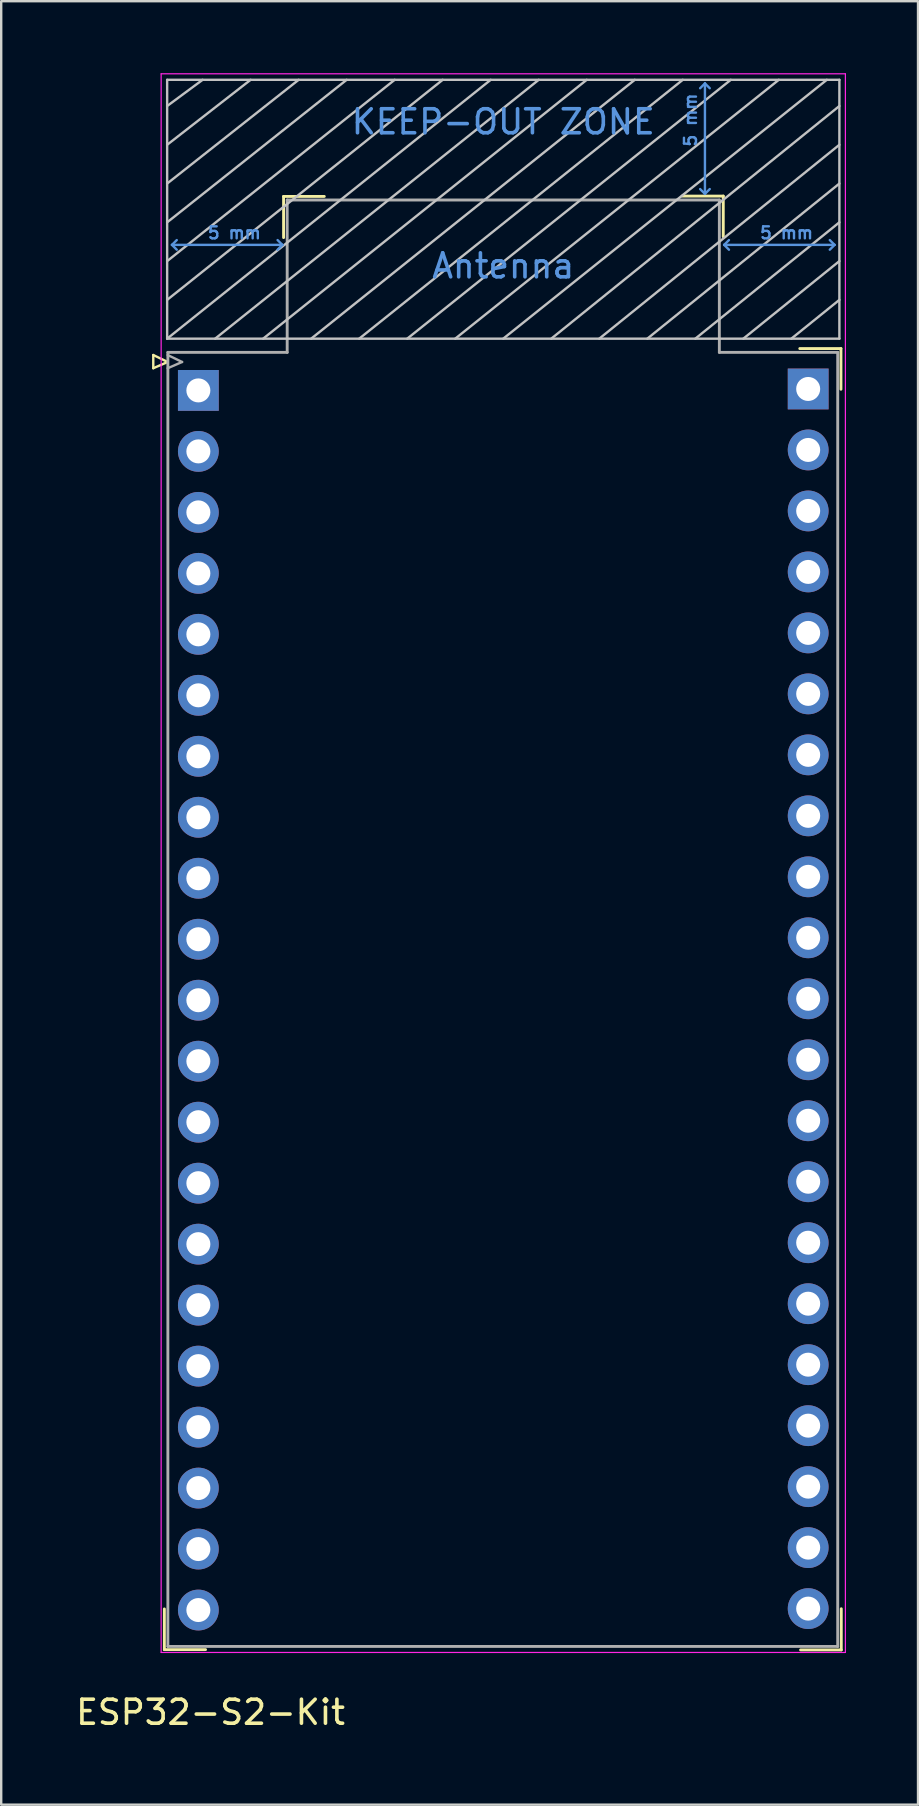
<source format=kicad_pcb>
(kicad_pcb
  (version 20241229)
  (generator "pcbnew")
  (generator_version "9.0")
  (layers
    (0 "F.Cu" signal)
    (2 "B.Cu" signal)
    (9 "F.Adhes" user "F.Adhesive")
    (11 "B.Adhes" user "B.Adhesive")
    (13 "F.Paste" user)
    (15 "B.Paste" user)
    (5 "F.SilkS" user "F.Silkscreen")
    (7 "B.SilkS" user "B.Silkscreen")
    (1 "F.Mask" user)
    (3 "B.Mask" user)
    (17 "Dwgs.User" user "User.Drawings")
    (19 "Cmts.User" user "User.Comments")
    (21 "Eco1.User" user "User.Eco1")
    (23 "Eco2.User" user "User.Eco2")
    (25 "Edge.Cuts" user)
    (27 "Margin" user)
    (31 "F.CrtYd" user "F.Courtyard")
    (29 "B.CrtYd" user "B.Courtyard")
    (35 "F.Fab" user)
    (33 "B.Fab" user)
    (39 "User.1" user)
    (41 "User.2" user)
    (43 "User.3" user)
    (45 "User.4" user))
  (footprint "ESP32-S2-Kit"
    (layer "F.Cu")
    (at 3.942 11.881)
    (property "Reference" "ESP32-S2-Kit" (at 1.778 56.388 0) (layer "F.SilkS") (effects (font (size 1 1) (thickness 0.15))))
    (attr through_hole)
    (fp_line (start -0.608 -0.144) (end -0.008 0.146) (stroke (width 0.1) (type solid)) (layer "F.SilkS"))
    (fp_line (start -0.608 0.406) (end -0.608 -0.144) (stroke (width 0.1) (type solid)) (layer "F.SilkS"))
    (fp_line (start -0.146 53.778) (end -0.146 52.083) (stroke (width 0.12) (type solid)) (layer "F.SilkS"))
    (fp_line (start -0.008 0.146) (end -0.608 0.406) (stroke (width 0.1) (type solid)) (layer "F.SilkS"))
    (fp_line (start 1.569 53.778) (end -0.146 53.778) (stroke (width 0.12) (type solid)) (layer "F.SilkS"))
    (fp_line (start 4.82 -6.75) (end 6.515 -6.75) (stroke (width 0.12) (type solid)) (layer "F.SilkS"))
    (fp_line (start 4.82 -5.035) (end 4.82 -6.75) (stroke (width 0.12) (type solid)) (layer "F.SilkS"))
    (fp_line (start 21.418 -6.763) (end 23.133 -6.763) (stroke (width 0.12) (type solid)) (layer "F.SilkS"))
    (fp_line (start 23.133 -6.763) (end 23.133 -5.068) (stroke (width 0.12) (type solid)) (layer "F.SilkS"))
    (fp_line (start 26.32 -0.413) (end 28.035 -0.413) (stroke (width 0.12) (type solid)) (layer "F.SilkS"))
    (fp_line (start 28.035 -0.413) (end 28.035 1.282) (stroke (width 0.12) (type solid)) (layer "F.SilkS"))
    (fp_line (start 28.048 52.076) (end 28.048 53.791) (stroke (width 0.12) (type solid)) (layer "F.SilkS"))
    (fp_line (start 28.048 53.791) (end 26.353 53.791) (stroke (width 0.12) (type solid)) (layer "F.SilkS"))
    (fp_line (start -0.03 -0.826) (end -0.03 -11.606) (stroke (width 0.1) (type solid)) (layer "Dwgs.User"))
    (fp_line (start 1.445 -11.606) (end -0.03 -10.516) (stroke (width 0.1) (type solid)) (layer "Dwgs.User"))
    (fp_line (start 3.445 -11.606) (end -0.03 -8.901) (stroke (width 0.1) (type solid)) (layer "Dwgs.User"))
    (fp_line (start 5.445 -11.606) (end -0.03 -7.286) (stroke (width 0.1) (type solid)) (layer "Dwgs.User"))
    (fp_line (start 5.97 -0.826) (end 19.445 -11.606) (stroke (width 0.1) (type solid)) (layer "Dwgs.User"))
    (fp_line (start 7.445 -11.606) (end -0.03 -5.671) (stroke (width 0.1) (type solid)) (layer "Dwgs.User"))
    (fp_line (start 9.445 -11.606) (end -0.03 -4.056) (stroke (width 0.1) (type solid)) (layer "Dwgs.User"))
    (fp_line (start 11.445 -11.606) (end -0.03 -2.441) (stroke (width 0.1) (type solid)) (layer "Dwgs.User"))
    (fp_line (start 13.445 -11.606) (end -0.03 -0.826) (stroke (width 0.1) (type solid)) (layer "Dwgs.User"))
    (fp_line (start 15.445 -11.606) (end 1.97 -0.826) (stroke (width 0.1) (type solid)) (layer "Dwgs.User"))
    (fp_line (start 17.445 -11.606) (end 3.97 -0.826) (stroke (width 0.1) (type solid)) (layer "Dwgs.User"))
    (fp_line (start 21.445 -11.606) (end 7.97 -0.826) (stroke (width 0.1) (type solid)) (layer "Dwgs.User"))
    (fp_line (start 23.445 -11.606) (end 9.97 -0.826) (stroke (width 0.1) (type solid)) (layer "Dwgs.User"))
    (fp_line (start 25.445 -11.606) (end 11.97 -0.826) (stroke (width 0.1) (type solid)) (layer "Dwgs.User"))
    (fp_line (start 27.445 -11.606) (end 13.97 -0.826) (stroke (width 0.1) (type solid)) (layer "Dwgs.User"))
    (fp_line (start 27.97 -11.606) (end -0.03 -11.606) (stroke (width 0.1) (type solid)) (layer "Dwgs.User"))
    (fp_line (start 27.97 -10.516) (end 15.97 -0.826) (stroke (width 0.1) (type solid)) (layer "Dwgs.User"))
    (fp_line (start 27.97 -8.901) (end 17.97 -0.826) (stroke (width 0.1) (type solid)) (layer "Dwgs.User"))
    (fp_line (start 27.97 -7.286) (end 19.97 -0.826) (stroke (width 0.1) (type solid)) (layer "Dwgs.User"))
    (fp_line (start 27.97 -5.671) (end 21.97 -0.826) (stroke (width 0.1) (type solid)) (layer "Dwgs.User"))
    (fp_line (start 27.97 -4.056) (end 23.97 -0.826) (stroke (width 0.1) (type solid)) (layer "Dwgs.User"))
    (fp_line (start 27.97 -2.441) (end 25.97 -0.826) (stroke (width 0.1) (type solid)) (layer "Dwgs.User"))
    (fp_line (start 27.97 -0.826) (end -0.03 -0.826) (stroke (width 0.1) (type solid)) (layer "Dwgs.User"))
    (fp_line (start 27.97 -0.826) (end 27.97 -11.606) (stroke (width 0.1) (type solid)) (layer "Dwgs.User"))
    (fp_line (start 0.17 -4.731) (end 0.37 -4.931) (stroke (width 0.1) (type solid)) (layer "Cmts.User"))
    (fp_line (start 0.17 -4.731) (end 0.37 -4.531) (stroke (width 0.1) (type solid)) (layer "Cmts.User"))
    (fp_line (start 0.17 -4.731) (end 4.77 -4.731) (stroke (width 0.1) (type solid)) (layer "Cmts.User"))
    (fp_line (start 4.77 -4.731) (end 4.57 -4.931) (stroke (width 0.1) (type solid)) (layer "Cmts.User"))
    (fp_line (start 4.77 -4.731) (end 4.57 -4.531) (stroke (width 0.1) (type solid)) (layer "Cmts.User"))
    (fp_line (start 22.37 -11.456) (end 22.17 -11.256) (stroke (width 0.1) (type solid)) (layer "Cmts.User"))
    (fp_line (start 22.37 -11.456) (end 22.57 -11.256) (stroke (width 0.1) (type solid)) (layer "Cmts.User"))
    (fp_line (start 22.37 -6.856) (end 22.17 -7.056) (stroke (width 0.1) (type solid)) (layer "Cmts.User"))
    (fp_line (start 22.37 -6.856) (end 22.37 -11.456) (stroke (width 0.1) (type solid)) (layer "Cmts.User"))
    (fp_line (start 22.37 -6.856) (end 22.57 -7.056) (stroke (width 0.1) (type solid)) (layer "Cmts.User"))
    (fp_line (start 23.17 -4.731) (end 23.37 -4.931) (stroke (width 0.1) (type solid)) (layer "Cmts.User"))
    (fp_line (start 23.17 -4.731) (end 23.37 -4.531) (stroke (width 0.1) (type solid)) (layer "Cmts.User"))
    (fp_line (start 23.17 -4.731) (end 27.77 -4.731) (stroke (width 0.1) (type solid)) (layer "Cmts.User"))
    (fp_line (start 27.77 -4.731) (end 27.57 -4.931) (stroke (width 0.1) (type solid)) (layer "Cmts.User"))
    (fp_line (start 27.77 -4.731) (end 27.57 -4.531) (stroke (width 0.1) (type solid)) (layer "Cmts.User"))
    (fp_line (start -0.28 -11.856) (end -0.28 53.896) (stroke (width 0.05) (type solid)) (layer "F.CrtYd"))
    (fp_line (start -0.28 -11.856) (end 28.22 -11.856) (stroke (width 0.05) (type solid)) (layer "F.CrtYd"))
    (fp_line (start -0.28 53.896) (end 28.22 53.896) (stroke (width 0.05) (type solid)) (layer "F.CrtYd"))
    (fp_line (start 28.22 -11.856) (end 28.22 53.896) (stroke (width 0.05) (type solid)) (layer "F.CrtYd"))
    (fp_line (start -0.008 -0.144) (end 0.592 0.146) (stroke (width 0.1) (type solid)) (layer "F.Fab"))
    (fp_line (start 0 -0.254) (end 0 53.646) (stroke (width 0.12) (type solid)) (layer "F.Fab"))
    (fp_line (start 0 -0.254) (end 4.97 -0.254) (stroke (width 0.12) (type solid)) (layer "F.Fab"))
    (fp_line (start 0 53.646) (end 27.9 53.646) (stroke (width 0.12) (type solid)) (layer "F.Fab"))
    (fp_line (start 0.592 0.146) (end -0.008 0.406) (stroke (width 0.1) (type solid)) (layer "F.Fab"))
    (fp_line (start 4.97 -6.601) (end 4.97 -0.254) (stroke (width 0.12) (type solid)) (layer "F.Fab"))
    (fp_line (start 4.97 -6.601) (end 22.97 -6.601) (stroke (width 0.12) (type solid)) (layer "F.Fab"))
    (fp_line (start 22.97 -6.601) (end 22.97 -0.254) (stroke (width 0.12) (type solid)) (layer "F.Fab"))
    (fp_line (start 22.97 -0.254) (end 27.9 -0.254) (stroke (width 0.12) (type solid)) (layer "F.Fab"))
    (fp_line (start 27.9 -0.254) (end 27.9 53.646) (stroke (width 0.12) (type solid)) (layer "F.Fab"))
    (fp_text user "5 mm" (at 25.77 -5.231 0) (layer "Cmts.User") (effects (font (size 0.5 0.5) (thickness 0.1))))
    (fp_text user "5 mm" (at 21.77 -9.931 90) (layer "Cmts.User") (effects (font (size 0.5 0.5) (thickness 0.1))))
    (fp_text user "KEEP-OUT ZONE" (at 13.97 -9.856 0) (layer "Cmts.User") (effects (font (size 1 1) (thickness 0.15))))
    (fp_text user "Antenna" (at 13.97 -3.856 0) (layer "Cmts.User") (effects (font (size 1 1) (thickness 0.15))))
    (fp_text user "5 mm" (at 2.77 -5.231 0) (layer "Cmts.User") (effects (font (size 0.5 0.5) (thickness 0.1))))
    (pad "1" thru_hole rect (at 1.27 1.33) (size 1.7 1.7) (drill 1) (layers "*.Cu" "*.Mask"))
    (pad "2" thru_hole oval (at 1.27 3.87) (size 1.7 1.7) (drill 1) (layers "*.Cu" "*.Mask"))
    (pad "3" thru_hole oval (at 1.27 6.41) (size 1.7 1.7) (drill 1) (layers "*.Cu" "*.Mask"))
    (pad "4" thru_hole oval (at 1.27 8.95) (size 1.7 1.7) (drill 1) (layers "*.Cu" "*.Mask"))
    (pad "5" thru_hole oval (at 1.27 11.49) (size 1.7 1.7) (drill 1) (layers "*.Cu" "*.Mask"))
    (pad "6" thru_hole oval (at 1.27 14.03) (size 1.7 1.7) (drill 1) (layers "*.Cu" "*.Mask"))
    (pad "7" thru_hole oval (at 1.27 16.57) (size 1.7 1.7) (drill 1) (layers "*.Cu" "*.Mask"))
    (pad "8" thru_hole oval (at 1.27 19.11) (size 1.7 1.7) (drill 1) (layers "*.Cu" "*.Mask"))
    (pad "9" thru_hole oval (at 1.27 21.65) (size 1.7 1.7) (drill 1) (layers "*.Cu" "*.Mask"))
    (pad "10" thru_hole oval (at 1.27 24.19) (size 1.7 1.7) (drill 1) (layers "*.Cu" "*.Mask"))
    (pad "11" thru_hole oval (at 1.27 26.73) (size 1.7 1.7) (drill 1) (layers "*.Cu" "*.Mask"))
    (pad "12" thru_hole oval (at 1.27 29.27) (size 1.7 1.7) (drill 1) (layers "*.Cu" "*.Mask"))
    (pad "13" thru_hole oval (at 1.27 31.81) (size 1.7 1.7) (drill 1) (layers "*.Cu" "*.Mask"))
    (pad "14" thru_hole oval (at 1.27 34.35) (size 1.7 1.7) (drill 1) (layers "*.Cu" "*.Mask"))
    (pad "15" thru_hole oval (at 1.27 36.89) (size 1.7 1.7) (drill 1) (layers "*.Cu" "*.Mask"))
    (pad "16" thru_hole oval (at 1.27 39.43) (size 1.7 1.7) (drill 1) (layers "*.Cu" "*.Mask"))
    (pad "17" thru_hole oval (at 1.27 41.97) (size 1.7 1.7) (drill 1) (layers "*.Cu" "*.Mask"))
    (pad "18" thru_hole oval (at 1.27 44.51) (size 1.7 1.7) (drill 1) (layers "*.Cu" "*.Mask"))
    (pad "19" thru_hole oval (at 1.27 47.05) (size 1.7 1.7) (drill 1) (layers "*.Cu" "*.Mask"))
    (pad "20" thru_hole oval (at 1.27 49.59) (size 1.7 1.7) (drill 1) (layers "*.Cu" "*.Mask"))
    (pad "21" thru_hole oval (at 1.27 52.13) (size 1.7 1.7) (drill 1) (layers "*.Cu" "*.Mask"))
    (pad "22" thru_hole oval (at 26.67 52.07) (size 1.7 1.7) (drill 1) (layers "*.Cu" "*.Mask"))
    (pad "23" thru_hole oval (at 26.67 49.53) (size 1.7 1.7) (drill 1) (layers "*.Cu" "*.Mask"))
    (pad "24" thru_hole oval (at 26.67 46.99) (size 1.7 1.7) (drill 1) (layers "*.Cu" "*.Mask"))
    (pad "25" thru_hole oval (at 26.67 44.45) (size 1.7 1.7) (drill 1) (layers "*.Cu" "*.Mask"))
    (pad "26" thru_hole oval (at 26.67 41.91) (size 1.7 1.7) (drill 1) (layers "*.Cu" "*.Mask"))
    (pad "27" thru_hole oval (at 26.67 39.37) (size 1.7 1.7) (drill 1) (layers "*.Cu" "*.Mask"))
    (pad "28" thru_hole oval (at 26.67 36.83) (size 1.7 1.7) (drill 1) (layers "*.Cu" "*.Mask"))
    (pad "29" thru_hole oval (at 26.67 34.29) (size 1.7 1.7) (drill 1) (layers "*.Cu" "*.Mask"))
    (pad "30" thru_hole oval (at 26.67 31.75) (size 1.7 1.7) (drill 1) (layers "*.Cu" "*.Mask"))
    (pad "31" thru_hole oval (at 26.67 29.21) (size 1.7 1.7) (drill 1) (layers "*.Cu" "*.Mask"))
    (pad "32" thru_hole oval (at 26.67 26.67) (size 1.7 1.7) (drill 1) (layers "*.Cu" "*.Mask"))
    (pad "33" thru_hole oval (at 26.67 24.13) (size 1.7 1.7) (drill 1) (layers "*.Cu" "*.Mask"))
    (pad "34" thru_hole oval (at 26.67 21.59) (size 1.7 1.7) (drill 1) (layers "*.Cu" "*.Mask"))
    (pad "35" thru_hole oval (at 26.67 19.05) (size 1.7 1.7) (drill 1) (layers "*.Cu" "*.Mask"))
    (pad "36" thru_hole oval (at 26.67 16.51) (size 1.7 1.7) (drill 1) (layers "*.Cu" "*.Mask"))
    (pad "37" thru_hole oval (at 26.67 13.97) (size 1.7 1.7) (drill 1) (layers "*.Cu" "*.Mask"))
    (pad "38" thru_hole oval (at 26.67 11.43) (size 1.7 1.7) (drill 1) (layers "*.Cu" "*.Mask"))
    (pad "39" thru_hole oval (at 26.67 8.89) (size 1.7 1.7) (drill 1) (layers "*.Cu" "*.Mask"))
    (pad "40" thru_hole oval (at 26.67 6.35) (size 1.7 1.7) (drill 1) (layers "*.Cu" "*.Mask"))
    (pad "41" thru_hole oval (at 26.67 3.81) (size 1.7 1.7) (drill 1) (layers "*.Cu" "*.Mask"))
    (pad "42" thru_hole rect (at 26.67 1.27) (size 1.7 1.7) (drill 1) (layers "*.Cu" "*.Mask")))
  (gr_rect
    (start -3 -3)
    (end 35.187 72.117)
    (stroke (width 0.1) (type default))
    (fill no)
    (layer "Edge.Cuts")))
</source>
